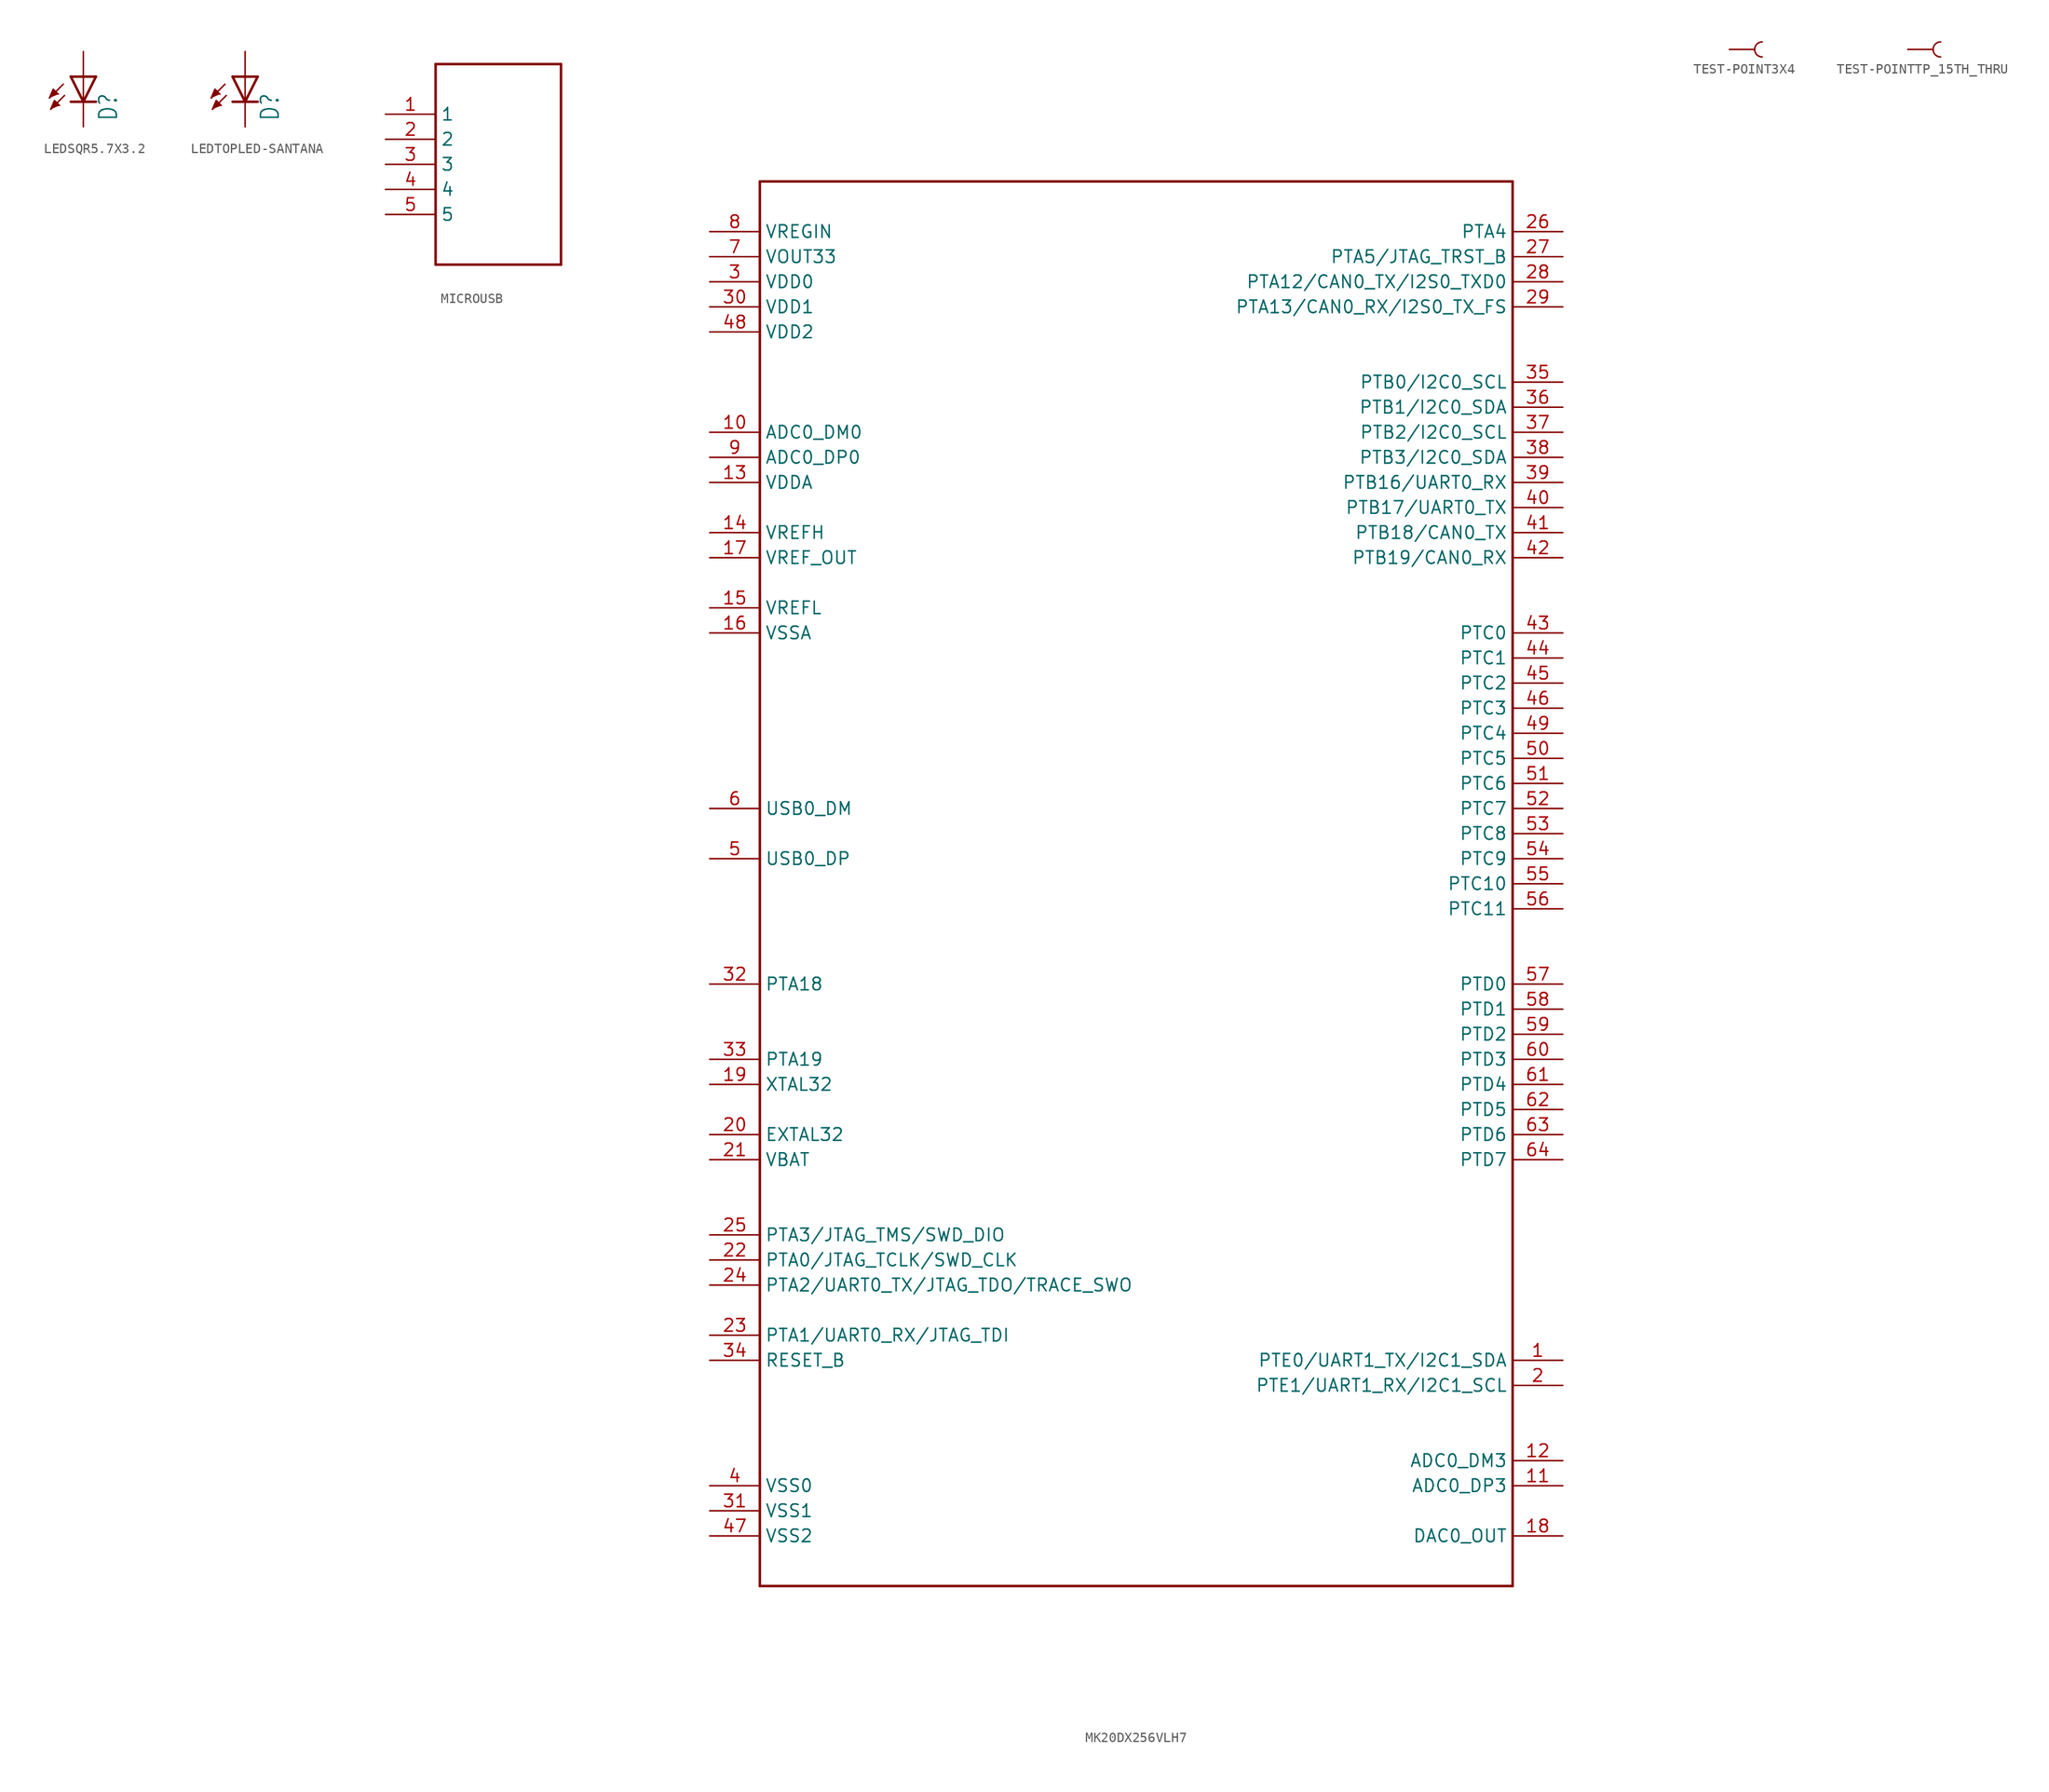
<source format=kicad_sym>
(kicad_symbol_lib
  (version 20220914)
  (generator kicad_symbol_editor)
  (symbol "LEDSQR5.7X3.2"
    (property "Reference" "D"
      (at 3.556 -4.572 90)
      (effects (font (size 1.778 1.511)) (justify left bottom)))
    (property "Value" ""
      (at 5.715 -4.572 90)
      (effects (font (size 1.778 1.511)) (justify left bottom)))
    (property "ki_locked" ""
      (at 0 0 0)
      (effects (font (size 1.27 1.27))))
    (symbol "LEDSQR5.7X3.2_1_0"
      (polyline (pts (xy -2.032 -0.762) (xy -3.429 -2.159)) (stroke (width 0.152) (type solid)) (fill (type none)))
      (polyline (pts (xy -1.905 -1.905) (xy -3.302 -3.302)) (stroke (width 0.152) (type solid)) (fill (type none)))
      (polyline (pts (xy 0 -2.54) (xy -1.27 -2.54)) (stroke (width 0.254) (type solid)) (fill (type none)))
      (polyline (pts (xy 0 -2.54) (xy -1.27 0)) (stroke (width 0.254) (type solid)) (fill (type none)))
      (polyline (pts (xy 0 0) (xy -1.27 0)) (stroke (width 0.254) (type solid)) (fill (type none)))
      (polyline (pts (xy 0 0) (xy 0 -2.54)) (stroke (width 0.152) (type solid)) (fill (type none)))
      (polyline (pts (xy 1.27 -2.54) (xy 0 -2.54)) (stroke (width 0.254) (type solid)) (fill (type none)))
      (polyline (pts (xy 1.27 0) (xy 0 -2.54)) (stroke (width 0.254) (type solid)) (fill (type none)))
      (polyline (pts (xy 1.27 0) (xy 0 0)) (stroke (width 0.254) (type solid)) (fill (type none)))
      (polyline (pts (xy -3.429 -2.159) (xy -3.048 -1.27) (xy -2.54 -1.778)) (stroke (width 0.152) (type solid)) (fill (type outline)))
      (polyline (pts (xy -3.302 -3.302) (xy -2.921 -2.413) (xy -2.413 -2.921)) (stroke (width 0.152) (type solid)) (fill (type outline)))
      (pin passive line (at 0 2.54 270) (length 2.54) (name "A" (effects (font (size 0 0)))) (number "A" (effects (font (size 0 0)))))
      (pin passive line (at 0 -5.08 90) (length 2.54) (name "C" (effects (font (size 0 0)))) (number "K" (effects (font (size 0 0)))))))
  (symbol "LEDTOPLED-SANTANA"
    (property "Reference" "D"
      (at 3.556 -4.572 90)
      (effects (font (size 1.778 1.511)) (justify left bottom)))
    (property "Value" ""
      (at 5.715 -4.572 90)
      (effects (font (size 1.778 1.511)) (justify left bottom)))
    (property "ki_locked" ""
      (at 0 0 0)
      (effects (font (size 1.27 1.27))))
    (symbol "LEDTOPLED-SANTANA_1_0"
      (polyline (pts (xy -2.032 -0.762) (xy -3.429 -2.159)) (stroke (width 0.152) (type solid)) (fill (type none)))
      (polyline (pts (xy -1.905 -1.905) (xy -3.302 -3.302)) (stroke (width 0.152) (type solid)) (fill (type none)))
      (polyline (pts (xy 0 -2.54) (xy -1.27 -2.54)) (stroke (width 0.254) (type solid)) (fill (type none)))
      (polyline (pts (xy 0 -2.54) (xy -1.27 0)) (stroke (width 0.254) (type solid)) (fill (type none)))
      (polyline (pts (xy 0 0) (xy -1.27 0)) (stroke (width 0.254) (type solid)) (fill (type none)))
      (polyline (pts (xy 0 0) (xy 0 -2.54)) (stroke (width 0.152) (type solid)) (fill (type none)))
      (polyline (pts (xy 1.27 -2.54) (xy 0 -2.54)) (stroke (width 0.254) (type solid)) (fill (type none)))
      (polyline (pts (xy 1.27 0) (xy 0 -2.54)) (stroke (width 0.254) (type solid)) (fill (type none)))
      (polyline (pts (xy 1.27 0) (xy 0 0)) (stroke (width 0.254) (type solid)) (fill (type none)))
      (polyline (pts (xy -3.429 -2.159) (xy -3.048 -1.27) (xy -2.54 -1.778)) (stroke (width 0.152) (type solid)) (fill (type outline)))
      (polyline (pts (xy -3.302 -3.302) (xy -2.921 -2.413) (xy -2.413 -2.921)) (stroke (width 0.152) (type solid)) (fill (type outline)))
      (pin passive line (at 0 2.54 270) (length 2.54) (name "A" (effects (font (size 0 0)))) (number "A" (effects (font (size 0 0)))))
      (pin passive line (at 0 -5.08 90) (length 2.54) (name "C" (effects (font (size 0 0)))) (number "C" (effects (font (size 0 0)))))))
  (symbol "MICROUSB"
    (property "Reference" ""
      (at 0 0 0)
      (effects (font (size 1.27 1.27)) hide))
    (property "ki_locked" ""
      (at 0 0 0)
      (effects (font (size 1.27 1.27))))
    (symbol "MICROUSB_1_0"
      (polyline (pts (xy -7.62 -10.16) (xy 5.08 -10.16)) (stroke (width 0.254) (type solid)) (fill (type none)))
      (polyline (pts (xy -7.62 10.16) (xy -7.62 -10.16)) (stroke (width 0.254) (type solid)) (fill (type none)))
      (polyline (pts (xy 5.08 -10.16) (xy 5.08 10.16)) (stroke (width 0.254) (type solid)) (fill (type none)))
      (polyline (pts (xy 5.08 10.16) (xy -7.62 10.16)) (stroke (width 0.254) (type solid)) (fill (type none)))
      (pin bidirectional line (at -12.7 5.08 0) (length 5.08) (name "1" (effects (font (size 1.27 1.27)))) (number "1" (effects (font (size 1.27 1.27)))))
      (pin bidirectional line (at -12.7 2.54 0) (length 5.08) (name "2" (effects (font (size 1.27 1.27)))) (number "2" (effects (font (size 1.27 1.27)))))
      (pin bidirectional line (at -12.7 0 0) (length 5.08) (name "3" (effects (font (size 1.27 1.27)))) (number "3" (effects (font (size 1.27 1.27)))))
      (pin bidirectional line (at -12.7 -2.54 0) (length 5.08) (name "4" (effects (font (size 1.27 1.27)))) (number "4" (effects (font (size 1.27 1.27)))))
      (pin bidirectional line (at -12.7 -5.08 0) (length 5.08) (name "5" (effects (font (size 1.27 1.27)))) (number "5" (effects (font (size 1.27 1.27)))))
      (pin bidirectional line (at 0 -10.16 90) (length 0) (name "P$5" (effects (font (size 0 0)))) (number "P$10" (effects (font (size 0 0)))))
      (pin bidirectional line (at 2.54 -10.16 90) (length 0) (name "P$6" (effects (font (size 0 0)))) (number "P$11" (effects (font (size 0 0)))))
      (pin bidirectional line (at -2.54 10.16 270) (length 0) (name "P$1" (effects (font (size 0 0)))) (number "P$6" (effects (font (size 0 0)))))
      (pin bidirectional line (at 0 10.16 270) (length 0) (name "P$2" (effects (font (size 0 0)))) (number "P$7" (effects (font (size 0 0)))))
      (pin bidirectional line (at 2.54 10.16 270) (length 0) (name "P$3" (effects (font (size 0 0)))) (number "P$8" (effects (font (size 0 0)))))
      (pin bidirectional line (at -2.54 -10.16 90) (length 0) (name "P$4" (effects (font (size 0 0)))) (number "P$9" (effects (font (size 0 0)))))))
  (symbol "MK20DX256VLH7"
    (property "Reference" ""
      (at -38.1 73.66 0)
      (effects (font (size 1.27 1.079)) (justify left top) hide))
    (property "ki_locked" ""
      (at 0 0 0)
      (effects (font (size 1.27 1.27))))
    (symbol "MK20DX256VLH7_1_0"
      (polyline (pts (xy -38.1 -71.12) (xy -38.1 71.12)) (stroke (width 0.254) (type solid)) (fill (type none)))
      (polyline (pts (xy -38.1 71.12) (xy 38.1 71.12)) (stroke (width 0.254) (type solid)) (fill (type none)))
      (polyline (pts (xy 38.1 -71.12) (xy -38.1 -71.12)) (stroke (width 0.254) (type solid)) (fill (type none)))
      (polyline (pts (xy 38.1 71.12) (xy 38.1 -71.12)) (stroke (width 0.254) (type solid)) (fill (type none)))
      (pin bidirectional line (at 43.18 -48.26 180) (length 5.08) (name "PTE0/UART1_TX/I2C1_SDA" (effects (font (size 1.27 1.27)))) (number "1" (effects (font (size 1.27 1.27)))))
      (pin bidirectional line (at -43.18 45.72 0) (length 5.08) (name "ADC0_DM0" (effects (font (size 1.27 1.27)))) (number "10" (effects (font (size 1.27 1.27)))))
      (pin bidirectional line (at 43.18 -60.96 180) (length 5.08) (name "ADC0_DP3" (effects (font (size 1.27 1.27)))) (number "11" (effects (font (size 1.27 1.27)))))
      (pin bidirectional line (at 43.18 -58.42 180) (length 5.08) (name "ADC0_DM3" (effects (font (size 1.27 1.27)))) (number "12" (effects (font (size 1.27 1.27)))))
      (pin bidirectional line (at -43.18 40.64 0) (length 5.08) (name "VDDA" (effects (font (size 1.27 1.27)))) (number "13" (effects (font (size 1.27 1.27)))))
      (pin bidirectional line (at -43.18 35.56 0) (length 5.08) (name "VREFH" (effects (font (size 1.27 1.27)))) (number "14" (effects (font (size 1.27 1.27)))))
      (pin bidirectional line (at -43.18 27.94 0) (length 5.08) (name "VREFL" (effects (font (size 1.27 1.27)))) (number "15" (effects (font (size 1.27 1.27)))))
      (pin bidirectional line (at -43.18 25.4 0) (length 5.08) (name "VSSA" (effects (font (size 1.27 1.27)))) (number "16" (effects (font (size 1.27 1.27)))))
      (pin bidirectional line (at -43.18 33.02 0) (length 5.08) (name "VREF_OUT" (effects (font (size 1.27 1.27)))) (number "17" (effects (font (size 1.27 1.27)))))
      (pin bidirectional line (at 43.18 -66.04 180) (length 5.08) (name "DAC0_OUT" (effects (font (size 1.27 1.27)))) (number "18" (effects (font (size 1.27 1.27)))))
      (pin bidirectional line (at -43.18 -20.32 0) (length 5.08) (name "XTAL32" (effects (font (size 1.27 1.27)))) (number "19" (effects (font (size 1.27 1.27)))))
      (pin bidirectional line (at 43.18 -50.8 180) (length 5.08) (name "PTE1/UART1_RX/I2C1_SCL" (effects (font (size 1.27 1.27)))) (number "2" (effects (font (size 1.27 1.27)))))
      (pin bidirectional line (at -43.18 -25.4 0) (length 5.08) (name "EXTAL32" (effects (font (size 1.27 1.27)))) (number "20" (effects (font (size 1.27 1.27)))))
      (pin bidirectional line (at -43.18 -27.94 0) (length 5.08) (name "VBAT" (effects (font (size 1.27 1.27)))) (number "21" (effects (font (size 1.27 1.27)))))
      (pin bidirectional line (at -43.18 -38.1 0) (length 5.08) (name "PTA0/JTAG_TCLK/SWD_CLK" (effects (font (size 1.27 1.27)))) (number "22" (effects (font (size 1.27 1.27)))))
      (pin bidirectional line (at -43.18 -45.72 0) (length 5.08) (name "PTA1/UART0_RX/JTAG_TDI" (effects (font (size 1.27 1.27)))) (number "23" (effects (font (size 1.27 1.27)))))
      (pin bidirectional line (at -43.18 -40.64 0) (length 5.08) (name "PTA2/UART0_TX/JTAG_TDO/TRACE_SWO" (effects (font (size 1.27 1.27)))) (number "24" (effects (font (size 1.27 1.27)))))
      (pin bidirectional line (at -43.18 -35.56 0) (length 5.08) (name "PTA3/JTAG_TMS/SWD_DIO" (effects (font (size 1.27 1.27)))) (number "25" (effects (font (size 1.27 1.27)))))
      (pin bidirectional line (at 43.18 66.04 180) (length 5.08) (name "PTA4" (effects (font (size 1.27 1.27)))) (number "26" (effects (font (size 1.27 1.27)))))
      (pin bidirectional line (at 43.18 63.5 180) (length 5.08) (name "PTA5/JTAG_TRST_B" (effects (font (size 1.27 1.27)))) (number "27" (effects (font (size 1.27 1.27)))))
      (pin bidirectional line (at 43.18 60.96 180) (length 5.08) (name "PTA12/CAN0_TX/I2S0_TXD0" (effects (font (size 1.27 1.27)))) (number "28" (effects (font (size 1.27 1.27)))))
      (pin bidirectional line (at 43.18 58.42 180) (length 5.08) (name "PTA13/CAN0_RX/I2S0_TX_FS" (effects (font (size 1.27 1.27)))) (number "29" (effects (font (size 1.27 1.27)))))
      (pin bidirectional line (at -43.18 60.96 0) (length 5.08) (name "VDD0" (effects (font (size 1.27 1.27)))) (number "3" (effects (font (size 1.27 1.27)))))
      (pin bidirectional line (at -43.18 58.42 0) (length 5.08) (name "VDD1" (effects (font (size 1.27 1.27)))) (number "30" (effects (font (size 1.27 1.27)))))
      (pin bidirectional line (at -43.18 -63.5 0) (length 5.08) (name "VSS1" (effects (font (size 1.27 1.27)))) (number "31" (effects (font (size 1.27 1.27)))))
      (pin bidirectional line (at -43.18 -10.16 0) (length 5.08) (name "PTA18" (effects (font (size 1.27 1.27)))) (number "32" (effects (font (size 1.27 1.27)))))
      (pin bidirectional line (at -43.18 -17.78 0) (length 5.08) (name "PTA19" (effects (font (size 1.27 1.27)))) (number "33" (effects (font (size 1.27 1.27)))))
      (pin bidirectional line (at -43.18 -48.26 0) (length 5.08) (name "RESET_B" (effects (font (size 1.27 1.27)))) (number "34" (effects (font (size 1.27 1.27)))))
      (pin bidirectional line (at 43.18 50.8 180) (length 5.08) (name "PTB0/I2C0_SCL" (effects (font (size 1.27 1.27)))) (number "35" (effects (font (size 1.27 1.27)))))
      (pin bidirectional line (at 43.18 48.26 180) (length 5.08) (name "PTB1/I2C0_SDA" (effects (font (size 1.27 1.27)))) (number "36" (effects (font (size 1.27 1.27)))))
      (pin bidirectional line (at 43.18 45.72 180) (length 5.08) (name "PTB2/I2C0_SCL" (effects (font (size 1.27 1.27)))) (number "37" (effects (font (size 1.27 1.27)))))
      (pin bidirectional line (at 43.18 43.18 180) (length 5.08) (name "PTB3/I2C0_SDA" (effects (font (size 1.27 1.27)))) (number "38" (effects (font (size 1.27 1.27)))))
      (pin bidirectional line (at 43.18 40.64 180) (length 5.08) (name "PTB16/UART0_RX" (effects (font (size 1.27 1.27)))) (number "39" (effects (font (size 1.27 1.27)))))
      (pin bidirectional line (at -43.18 -60.96 0) (length 5.08) (name "VSS0" (effects (font (size 1.27 1.27)))) (number "4" (effects (font (size 1.27 1.27)))))
      (pin bidirectional line (at 43.18 38.1 180) (length 5.08) (name "PTB17/UART0_TX" (effects (font (size 1.27 1.27)))) (number "40" (effects (font (size 1.27 1.27)))))
      (pin bidirectional line (at 43.18 35.56 180) (length 5.08) (name "PTB18/CAN0_TX" (effects (font (size 1.27 1.27)))) (number "41" (effects (font (size 1.27 1.27)))))
      (pin bidirectional line (at 43.18 33.02 180) (length 5.08) (name "PTB19/CAN0_RX" (effects (font (size 1.27 1.27)))) (number "42" (effects (font (size 1.27 1.27)))))
      (pin bidirectional line (at 43.18 25.4 180) (length 5.08) (name "PTC0" (effects (font (size 1.27 1.27)))) (number "43" (effects (font (size 1.27 1.27)))))
      (pin bidirectional line (at 43.18 22.86 180) (length 5.08) (name "PTC1" (effects (font (size 1.27 1.27)))) (number "44" (effects (font (size 1.27 1.27)))))
      (pin bidirectional line (at 43.18 20.32 180) (length 5.08) (name "PTC2" (effects (font (size 1.27 1.27)))) (number "45" (effects (font (size 1.27 1.27)))))
      (pin bidirectional line (at 43.18 17.78 180) (length 5.08) (name "PTC3" (effects (font (size 1.27 1.27)))) (number "46" (effects (font (size 1.27 1.27)))))
      (pin bidirectional line (at -43.18 -66.04 0) (length 5.08) (name "VSS2" (effects (font (size 1.27 1.27)))) (number "47" (effects (font (size 1.27 1.27)))))
      (pin bidirectional line (at -43.18 55.88 0) (length 5.08) (name "VDD2" (effects (font (size 1.27 1.27)))) (number "48" (effects (font (size 1.27 1.27)))))
      (pin bidirectional line (at 43.18 15.24 180) (length 5.08) (name "PTC4" (effects (font (size 1.27 1.27)))) (number "49" (effects (font (size 1.27 1.27)))))
      (pin bidirectional line (at -43.18 2.54 0) (length 5.08) (name "USB0_DP" (effects (font (size 1.27 1.27)))) (number "5" (effects (font (size 1.27 1.27)))))
      (pin bidirectional line (at 43.18 12.7 180) (length 5.08) (name "PTC5" (effects (font (size 1.27 1.27)))) (number "50" (effects (font (size 1.27 1.27)))))
      (pin bidirectional line (at 43.18 10.16 180) (length 5.08) (name "PTC6" (effects (font (size 1.27 1.27)))) (number "51" (effects (font (size 1.27 1.27)))))
      (pin bidirectional line (at 43.18 7.62 180) (length 5.08) (name "PTC7" (effects (font (size 1.27 1.27)))) (number "52" (effects (font (size 1.27 1.27)))))
      (pin bidirectional line (at 43.18 5.08 180) (length 5.08) (name "PTC8" (effects (font (size 1.27 1.27)))) (number "53" (effects (font (size 1.27 1.27)))))
      (pin bidirectional line (at 43.18 2.54 180) (length 5.08) (name "PTC9" (effects (font (size 1.27 1.27)))) (number "54" (effects (font (size 1.27 1.27)))))
      (pin bidirectional line (at 43.18 0 180) (length 5.08) (name "PTC10" (effects (font (size 1.27 1.27)))) (number "55" (effects (font (size 1.27 1.27)))))
      (pin bidirectional line (at 43.18 -2.54 180) (length 5.08) (name "PTC11" (effects (font (size 1.27 1.27)))) (number "56" (effects (font (size 1.27 1.27)))))
      (pin bidirectional line (at 43.18 -10.16 180) (length 5.08) (name "PTD0" (effects (font (size 1.27 1.27)))) (number "57" (effects (font (size 1.27 1.27)))))
      (pin bidirectional line (at 43.18 -12.7 180) (length 5.08) (name "PTD1" (effects (font (size 1.27 1.27)))) (number "58" (effects (font (size 1.27 1.27)))))
      (pin bidirectional line (at 43.18 -15.24 180) (length 5.08) (name "PTD2" (effects (font (size 1.27 1.27)))) (number "59" (effects (font (size 1.27 1.27)))))
      (pin bidirectional line (at -43.18 7.62 0) (length 5.08) (name "USB0_DM" (effects (font (size 1.27 1.27)))) (number "6" (effects (font (size 1.27 1.27)))))
      (pin bidirectional line (at 43.18 -17.78 180) (length 5.08) (name "PTD3" (effects (font (size 1.27 1.27)))) (number "60" (effects (font (size 1.27 1.27)))))
      (pin bidirectional line (at 43.18 -20.32 180) (length 5.08) (name "PTD4" (effects (font (size 1.27 1.27)))) (number "61" (effects (font (size 1.27 1.27)))))
      (pin bidirectional line (at 43.18 -22.86 180) (length 5.08) (name "PTD5" (effects (font (size 1.27 1.27)))) (number "62" (effects (font (size 1.27 1.27)))))
      (pin bidirectional line (at 43.18 -25.4 180) (length 5.08) (name "PTD6" (effects (font (size 1.27 1.27)))) (number "63" (effects (font (size 1.27 1.27)))))
      (pin bidirectional line (at 43.18 -27.94 180) (length 5.08) (name "PTD7" (effects (font (size 1.27 1.27)))) (number "64" (effects (font (size 1.27 1.27)))))
      (pin bidirectional line (at -43.18 63.5 0) (length 5.08) (name "VOUT33" (effects (font (size 1.27 1.27)))) (number "7" (effects (font (size 1.27 1.27)))))
      (pin bidirectional line (at -43.18 66.04 0) (length 5.08) (name "VREGIN" (effects (font (size 1.27 1.27)))) (number "8" (effects (font (size 1.27 1.27)))))
      (pin bidirectional line (at -43.18 43.18 0) (length 5.08) (name "ADC0_DP0" (effects (font (size 1.27 1.27)))) (number "9" (effects (font (size 1.27 1.27)))))))
  (symbol "TEST-POINT3X4"
    (property "Reference" "TP"
      (at -2.54 2.54 0)
      (effects (font (size 1.778 1.511)) (justify left bottom) hide))
    (property "ki_locked" ""
      (at 0 0 0)
      (effects (font (size 1.27 1.27))))
    (symbol "TEST-POINT3X4_1_0"
      (polyline (pts (xy 2.54 0) (xy 0 0)) (stroke (width 0.152) (type solid)) (fill (type none)))
      (arc (start 3.302 0.762) (mid 2.54 0) (end 3.302 -0.762) (stroke (width 0.1524) (type solid)) (fill (type none)))
      (pin bidirectional line (at 0 0 180) (length 0) (name "1" (effects (font (size 0 0)))) (number "P$1" (effects (font (size 0 0)))))))
  (symbol "TEST-POINTTP_15TH_THRU"
    (property "Reference" "TP"
      (at -2.54 2.54 0)
      (effects (font (size 1.778 1.511)) (justify left bottom) hide))
    (property "ki_locked" ""
      (at 0 0 0)
      (effects (font (size 1.27 1.27))))
    (symbol "TEST-POINTTP_15TH_THRU_1_0"
      (polyline (pts (xy 2.54 0) (xy 0 0)) (stroke (width 0.152) (type solid)) (fill (type none)))
      (arc (start 3.302 0.762) (mid 2.54 0) (end 3.302 -0.762) (stroke (width 0.1524) (type solid)) (fill (type none)))
      (pin bidirectional line (at 0 0 180) (length 0) (name "1" (effects (font (size 0 0)))) (number "P$1" (effects (font (size 0 0))))))))
</source>
